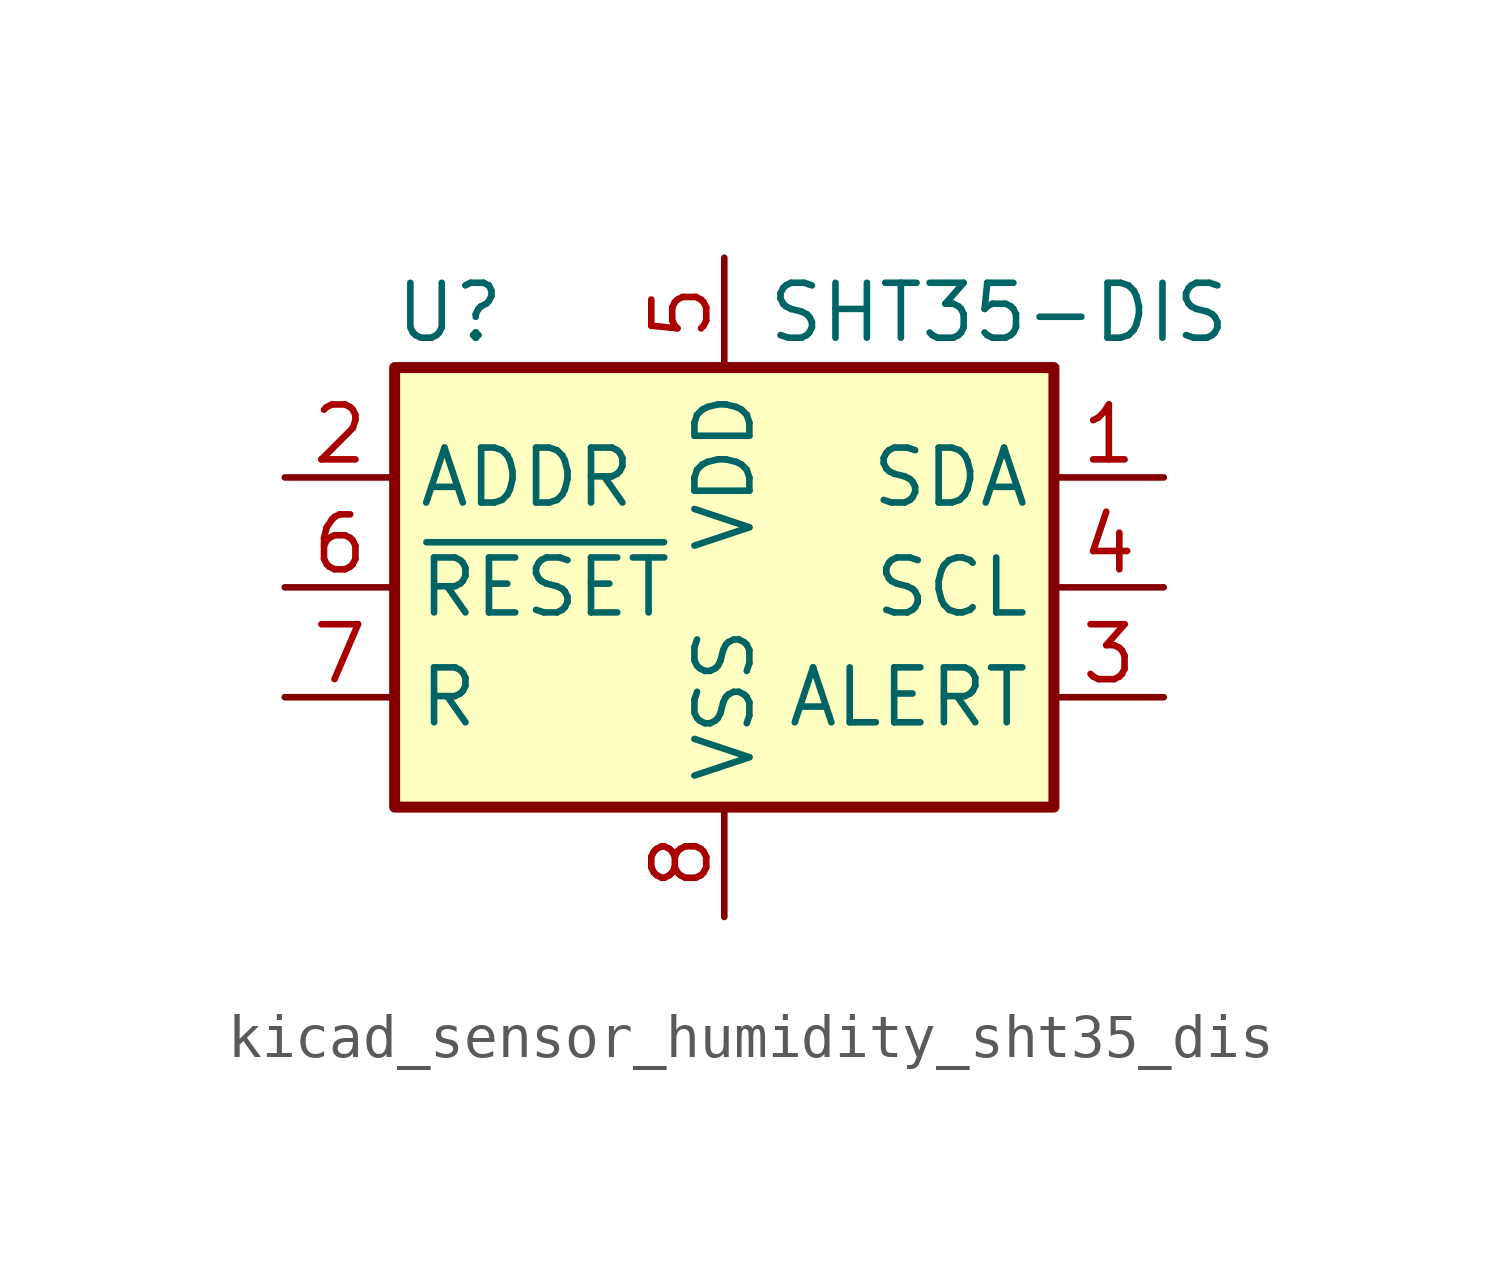
<source format=kicad_sym>
(kicad_symbol_lib
  (version 20220914)
  (generator kicad_symbol_editor)
  (symbol "kicad_sensor_humidity_sht35_dis"
    (property "Reference" "U"
      (at -6.35 6.35 0)
      (effects (font (size 1.27 1.27))))
    (property "Value" "SHT35-DIS"
      (at 6.35 6.35 0)
      (effects (font (size 1.27 1.27))))
    (symbol "kicad_sensor_humidity_sht35_dis_0_1"
      (rectangle (start -7.62 5.08) (end 7.62 -5.08) (stroke (width 0.254) (type default)) (fill (type background))))
    (symbol "kicad_sensor_humidity_sht35_dis_1_1"
      (pin bidirectional line (at 10.16 2.54 180) (length 2.54) (name "SDA" (effects (font (size 1.27 1.27)))) (number "1" (effects (font (size 1.27 1.27)))))
      (pin input line (at -10.16 2.54 0) (length 2.54) (name "ADDR" (effects (font (size 1.27 1.27)))) (number "2" (effects (font (size 1.27 1.27)))))
      (pin output line (at 10.16 -2.54 180) (length 2.54) (name "ALERT" (effects (font (size 1.27 1.27)))) (number "3" (effects (font (size 1.27 1.27)))))
      (pin input line (at 10.16 0 180) (length 2.54) (name "SCL" (effects (font (size 1.27 1.27)))) (number "4" (effects (font (size 1.27 1.27)))))
      (pin power_in line (at 0 7.62 270) (length 2.54) (name "VDD" (effects (font (size 1.27 1.27)))) (number "5" (effects (font (size 1.27 1.27)))))
      (pin input line (at -10.16 0 0) (length 2.54) (name "~{RESET}" (effects (font (size 1.27 1.27)))) (number "6" (effects (font (size 1.27 1.27)))))
      (pin passive line (at -10.16 -2.54 0) (length 2.54) (name "R" (effects (font (size 1.27 1.27)))) (number "7" (effects (font (size 1.27 1.27)))))
      (pin power_in line (at 0 -7.62 90) (length 2.54) (name "VSS" (effects (font (size 1.27 1.27)))) (number "8" (effects (font (size 1.27 1.27)))))
      (pin passive line (at 0 -7.62 90) (length 2.54) hide (name "VSS" (effects (font (size 1.27 1.27)))) (number "9" (effects (font (size 1.27 1.27))))))))
</source>
